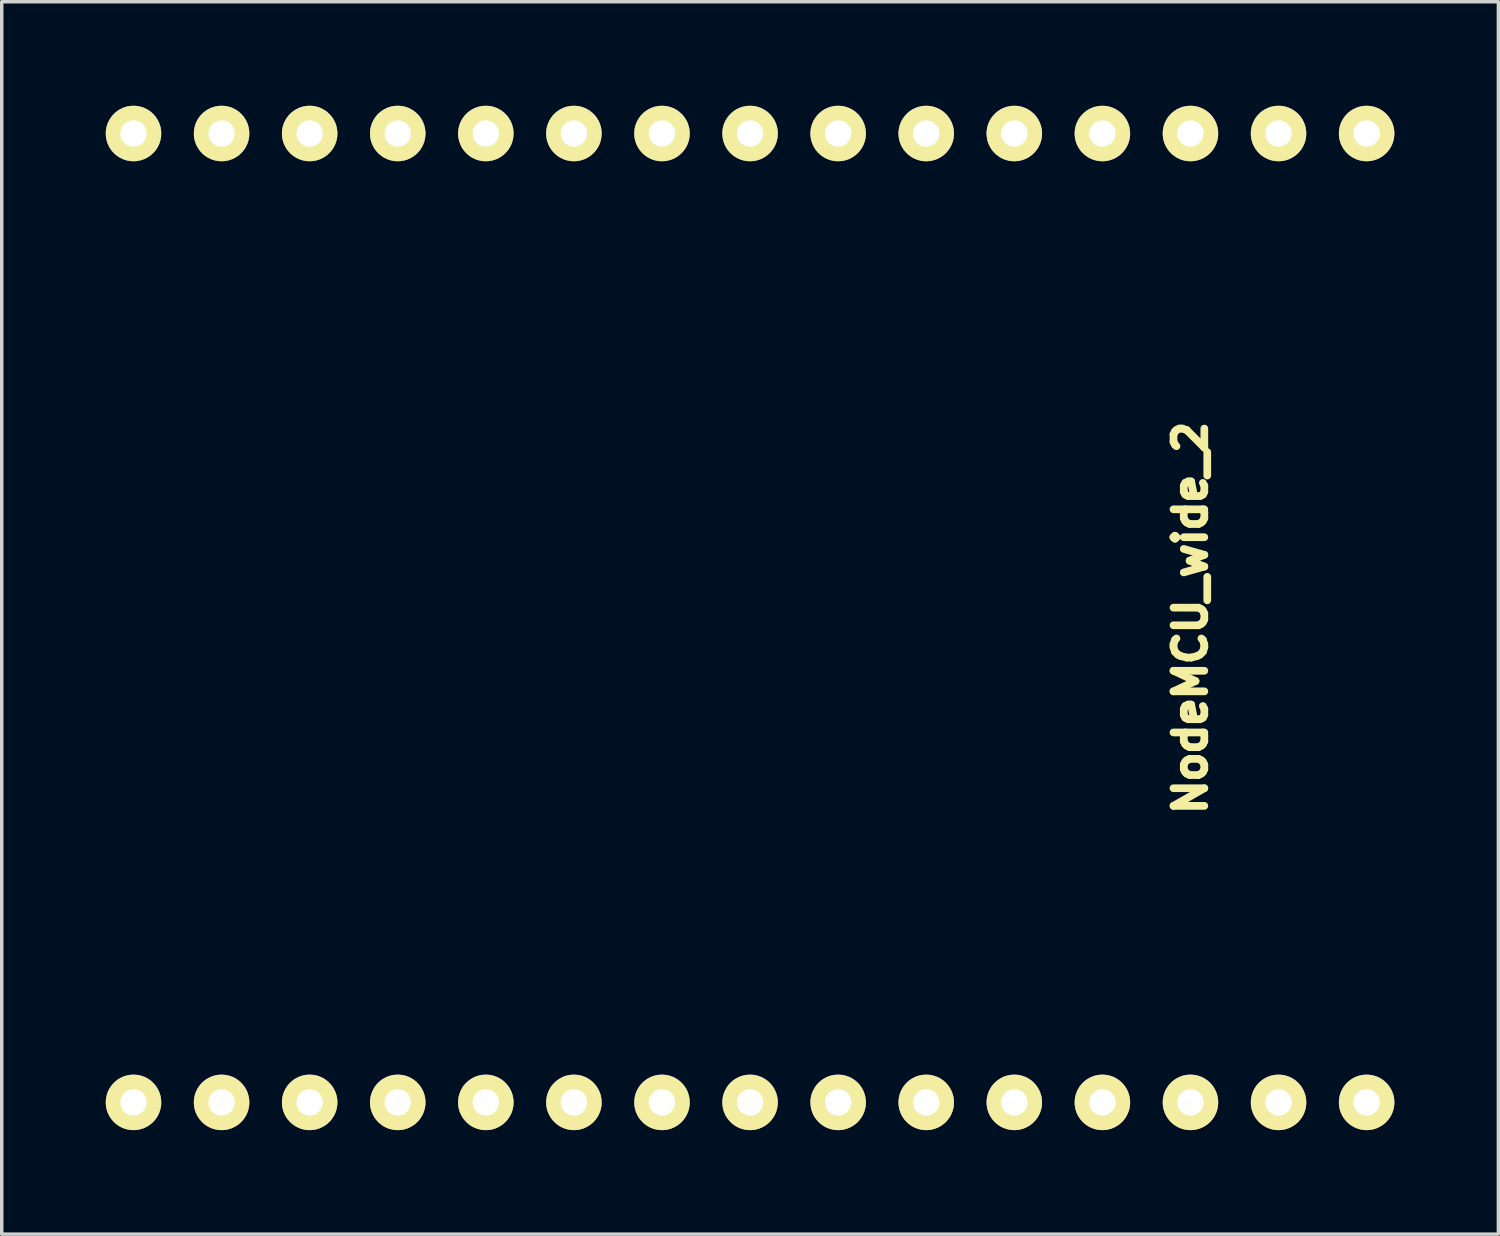
<source format=kicad_pcb>
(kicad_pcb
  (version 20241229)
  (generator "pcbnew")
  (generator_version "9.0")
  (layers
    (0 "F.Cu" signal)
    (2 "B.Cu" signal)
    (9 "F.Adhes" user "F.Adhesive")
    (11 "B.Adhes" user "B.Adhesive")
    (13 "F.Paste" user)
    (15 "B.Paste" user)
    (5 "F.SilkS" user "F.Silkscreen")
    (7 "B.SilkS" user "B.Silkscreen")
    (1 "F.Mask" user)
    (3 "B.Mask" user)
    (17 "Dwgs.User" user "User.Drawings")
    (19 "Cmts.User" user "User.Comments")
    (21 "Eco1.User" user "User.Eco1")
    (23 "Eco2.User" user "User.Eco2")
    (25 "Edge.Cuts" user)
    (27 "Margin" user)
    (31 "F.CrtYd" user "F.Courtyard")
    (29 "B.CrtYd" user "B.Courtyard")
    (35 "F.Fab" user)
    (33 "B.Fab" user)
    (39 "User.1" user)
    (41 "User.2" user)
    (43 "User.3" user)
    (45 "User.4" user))
  (footprint "NodeMCU_wide_2"
    (layer "F.Cu")
    (at 18.58 14.77)
    (property "Reference" "NodeMCU_wide_2" (at 12.7 0 270) (layer "F.SilkS") (effects (font (size 0.889 0.889) (thickness 0.305))))
    (attr through_hole)
    (pad "1" thru_hole circle (at 17.78 13.97 180) (size 1.6 1.6) (drill 0.762) (layers "*.Cu" "*.Mask" "F.SilkS"))
    (pad "2" thru_hole circle (at 15.24 13.97 180) (size 1.6 1.6) (drill 0.762) (layers "*.Cu" "*.Mask" "F.SilkS"))
    (pad "3" thru_hole circle (at 12.7 13.97 180) (size 1.6 1.6) (drill 0.762) (layers "*.Cu" "*.Mask" "F.SilkS"))
    (pad "4" thru_hole circle (at 10.16 13.97 180) (size 1.6 1.6) (drill 0.762) (layers "*.Cu" "*.Mask" "F.SilkS"))
    (pad "5" thru_hole circle (at 7.62 13.97 180) (size 1.6 1.6) (drill 0.762) (layers "*.Cu" "*.Mask" "F.SilkS"))
    (pad "6" thru_hole circle (at 5.08 13.97 180) (size 1.6 1.6) (drill 0.762) (layers "*.Cu" "*.Mask" "F.SilkS"))
    (pad "7" thru_hole circle (at 2.54 13.97 180) (size 1.6 1.6) (drill 0.762) (layers "*.Cu" "*.Mask" "F.SilkS"))
    (pad "8" thru_hole circle (at 0 13.97 180) (size 1.6 1.6) (drill 0.762) (layers "*.Cu" "*.Mask" "F.SilkS"))
    (pad "9" thru_hole circle (at -2.54 13.97 180) (size 1.6 1.6) (drill 0.762) (layers "*.Cu" "*.Mask" "F.SilkS"))
    (pad "10" thru_hole circle (at -5.08 13.97 180) (size 1.6 1.6) (drill 0.762) (layers "*.Cu" "*.Mask" "F.SilkS"))
    (pad "11" thru_hole circle (at -7.62 13.97 180) (size 1.6 1.6) (drill 0.762) (layers "*.Cu" "*.Mask" "F.SilkS"))
    (pad "12" thru_hole circle (at -10.16 13.97 180) (size 1.6 1.6) (drill 0.762) (layers "*.Cu" "*.Mask" "F.SilkS"))
    (pad "13" thru_hole circle (at -12.7 13.97 180) (size 1.6 1.6) (drill 0.762) (layers "*.Cu" "*.Mask" "F.SilkS"))
    (pad "14" thru_hole circle (at -15.24 13.97 180) (size 1.6 1.6) (drill 0.762) (layers "*.Cu" "*.Mask" "F.SilkS"))
    (pad "15" thru_hole circle (at -17.78 13.97 180) (size 1.6 1.6) (drill 0.762) (layers "*.Cu" "*.Mask" "F.SilkS"))
    (pad "16" thru_hole circle (at -17.78 -13.97) (size 1.6 1.6) (drill 0.762) (layers "*.Cu" "*.Mask" "F.SilkS"))
    (pad "17" thru_hole circle (at -15.24 -13.97) (size 1.6 1.6) (drill 0.762) (layers "*.Cu" "*.Mask" "F.SilkS"))
    (pad "18" thru_hole circle (at -12.7 -13.97) (size 1.6 1.6) (drill 0.762) (layers "*.Cu" "*.Mask" "F.SilkS"))
    (pad "19" thru_hole circle (at -10.16 -13.97) (size 1.6 1.6) (drill 0.762) (layers "*.Cu" "*.Mask" "F.SilkS"))
    (pad "20" thru_hole circle (at -7.62 -13.97) (size 1.6 1.6) (drill 0.762) (layers "*.Cu" "*.Mask" "F.SilkS"))
    (pad "21" thru_hole circle (at -5.08 -13.97) (size 1.6 1.6) (drill 0.762) (layers "*.Cu" "*.Mask" "F.SilkS"))
    (pad "22" thru_hole circle (at -2.54 -13.97) (size 1.6 1.6) (drill 0.762) (layers "*.Cu" "*.Mask" "F.SilkS"))
    (pad "23" thru_hole circle (at 0 -13.97) (size 1.6 1.6) (drill 0.762) (layers "*.Cu" "*.Mask" "F.SilkS"))
    (pad "24" thru_hole circle (at 2.54 -13.97) (size 1.6 1.6) (drill 0.762) (layers "*.Cu" "*.Mask" "F.SilkS"))
    (pad "25" thru_hole circle (at 5.08 -13.97) (size 1.6 1.6) (drill 0.762) (layers "*.Cu" "*.Mask" "F.SilkS"))
    (pad "26" thru_hole circle (at 7.62 -13.97) (size 1.6 1.6) (drill 0.762) (layers "*.Cu" "*.Mask" "F.SilkS"))
    (pad "27" thru_hole circle (at 10.16 -13.97) (size 1.6 1.6) (drill 0.762) (layers "*.Cu" "*.Mask" "F.SilkS"))
    (pad "28" thru_hole circle (at 12.7 -13.97) (size 1.6 1.6) (drill 0.762) (layers "*.Cu" "*.Mask" "F.SilkS"))
    (pad "29" thru_hole circle (at 15.24 -13.97) (size 1.6 1.6) (drill 0.762) (layers "*.Cu" "*.Mask" "F.SilkS"))
    (pad "30" thru_hole circle (at 17.78 -13.97) (size 1.6 1.6) (drill 0.762) (layers "*.Cu" "*.Mask" "F.SilkS")))
  (gr_rect
    (start -3 -3)
    (end 40.16 32.54)
    (stroke (width 0.1) (type default))
    (fill no)
    (layer "Edge.Cuts")))
</source>
